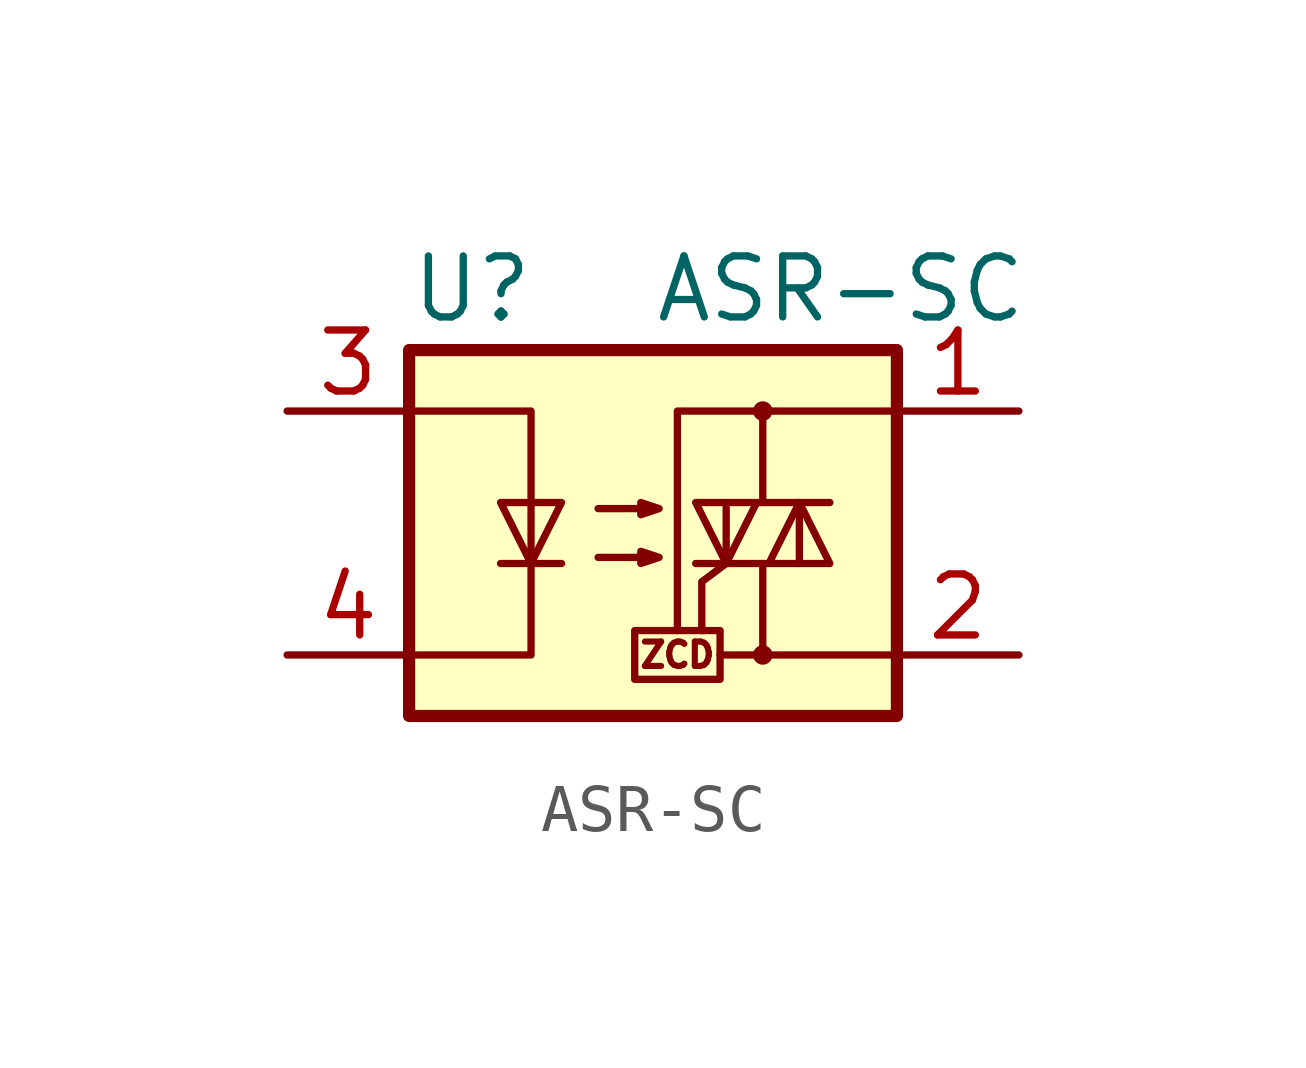
<source format=kicad_sym>
(kicad_symbol_lib
  (version 20211014)
  (generator kicad_symbol_editor)
  (symbol "ASR-SC"
    (property "Reference" "U"
      (at -5.08 5.08 0)
      (effects (font (size 1.27 1.27)) (justify left)))
    (property "Value" "ASR-SC"
      (at 0 5.08 0)
      (effects (font (size 1.27 1.27)) (justify left)))
    (symbol "ASR-SC_0_0"
      (rectangle (start -0.381 -2.032) (end 1.397 -3.048) (stroke (width 0) (type default) (color 0 0 0 0)) (fill (type none)))
      (polyline (pts (xy 2.286 -2.54) (xy 1.397 -2.54)) (stroke (width 0) (type default) (color 0 0 0 0)) (fill (type none)))
      (polyline (pts (xy 1.524 -0.635) (xy 1.016 -1.016) (xy 1.016 -2.032)) (stroke (width 0) (type default) (color 0 0 0 0)) (fill (type none)))
      (text "ZCD" (at 0.508 -2.54 0) (effects (font (size 0.508 0.508)))))
    (symbol "ASR-SC_0_1"
      (rectangle (start -5.08 3.81) (end 5.08 -3.81) (stroke (width 0.254) (type default) (color 0 0 0 0)) (fill (type background)))
      (polyline (pts (xy -3.175 -0.635) (xy -1.905 -0.635)) (stroke (width 0) (type default) (color 0 0 0 0)) (fill (type none)))
      (polyline (pts (xy 1.524 -0.635) (xy 1.524 0.635)) (stroke (width 0) (type default) (color 0 0 0 0)) (fill (type none)))
      (polyline (pts (xy 3.048 0.635) (xy 3.048 -0.635)) (stroke (width 0) (type default) (color 0 0 0 0)) (fill (type none)))
      (polyline (pts (xy 2.286 -0.635) (xy 2.286 -2.54) (xy 5.08 -2.54)) (stroke (width 0) (type default) (color 0 0 0 0)) (fill (type none)))
      (polyline (pts (xy 2.286 0.635) (xy 2.286 2.54) (xy 5.08 2.54)) (stroke (width 0) (type default) (color 0 0 0 0)) (fill (type none)))
      (polyline (pts (xy 2.286 2.54) (xy 0.508 2.54) (xy 0.508 -2.032)) (stroke (width 0) (type default) (color 0 0 0 0)) (fill (type none)))
      (polyline (pts (xy -5.08 2.54) (xy -2.54 2.54) (xy -2.54 -2.54) (xy -5.08 -2.54)) (stroke (width 0) (type default) (color 0 0 0 0)) (fill (type none)))
      (polyline (pts (xy -2.54 -0.635) (xy -3.175 0.635) (xy -1.905 0.635) (xy -2.54 -0.635)) (stroke (width 0) (type default) (color 0 0 0 0)) (fill (type none)))
      (polyline (pts (xy 0.889 -0.635) (xy 3.683 -0.635) (xy 3.048 0.635) (xy 2.413 -0.635)) (stroke (width 0) (type default) (color 0 0 0 0)) (fill (type none)))
      (polyline (pts (xy 3.683 0.635) (xy 0.889 0.635) (xy 1.524 -0.635) (xy 2.159 0.635)) (stroke (width 0) (type default) (color 0 0 0 0)) (fill (type none)))
      (polyline (pts (xy -1.143 -0.508) (xy 0.127 -0.508) (xy -0.254 -0.635) (xy -0.254 -0.381) (xy 0.127 -0.508)) (stroke (width 0) (type default) (color 0 0 0 0)) (fill (type none)))
      (polyline (pts (xy -1.143 0.508) (xy 0.127 0.508) (xy -0.254 0.381) (xy -0.254 0.635) (xy 0.127 0.508)) (stroke (width 0) (type default) (color 0 0 0 0)) (fill (type none)))
      (circle (center 2.286 -2.54) (radius 0.127) (stroke (width 0) (type default) (color 0 0 0 0)) (fill (type none)))
      (circle (center 2.286 2.54) (radius 0.127) (stroke (width 0) (type default) (color 0 0 0 0)) (fill (type none))))
    (symbol "ASR-SC_1_1"
      (pin passive line (at 7.62 2.54 180) (length 2.54) (name "~" (effects (font (size 1.27 1.27)))) (number "1" (effects (font (size 1.27 1.27)))))
      (pin passive line (at 7.62 -2.54 180) (length 2.54) (name "~" (effects (font (size 1.27 1.27)))) (number "2" (effects (font (size 1.27 1.27)))))
      (pin passive line (at -7.62 2.54 0) (length 2.54) (name "~" (effects (font (size 1.27 1.27)))) (number "3" (effects (font (size 1.27 1.27)))))
      (pin passive line (at -7.62 -2.54 0) (length 2.54) (name "~" (effects (font (size 1.27 1.27)))) (number "4" (effects (font (size 1.27 1.27))))))))
</source>
